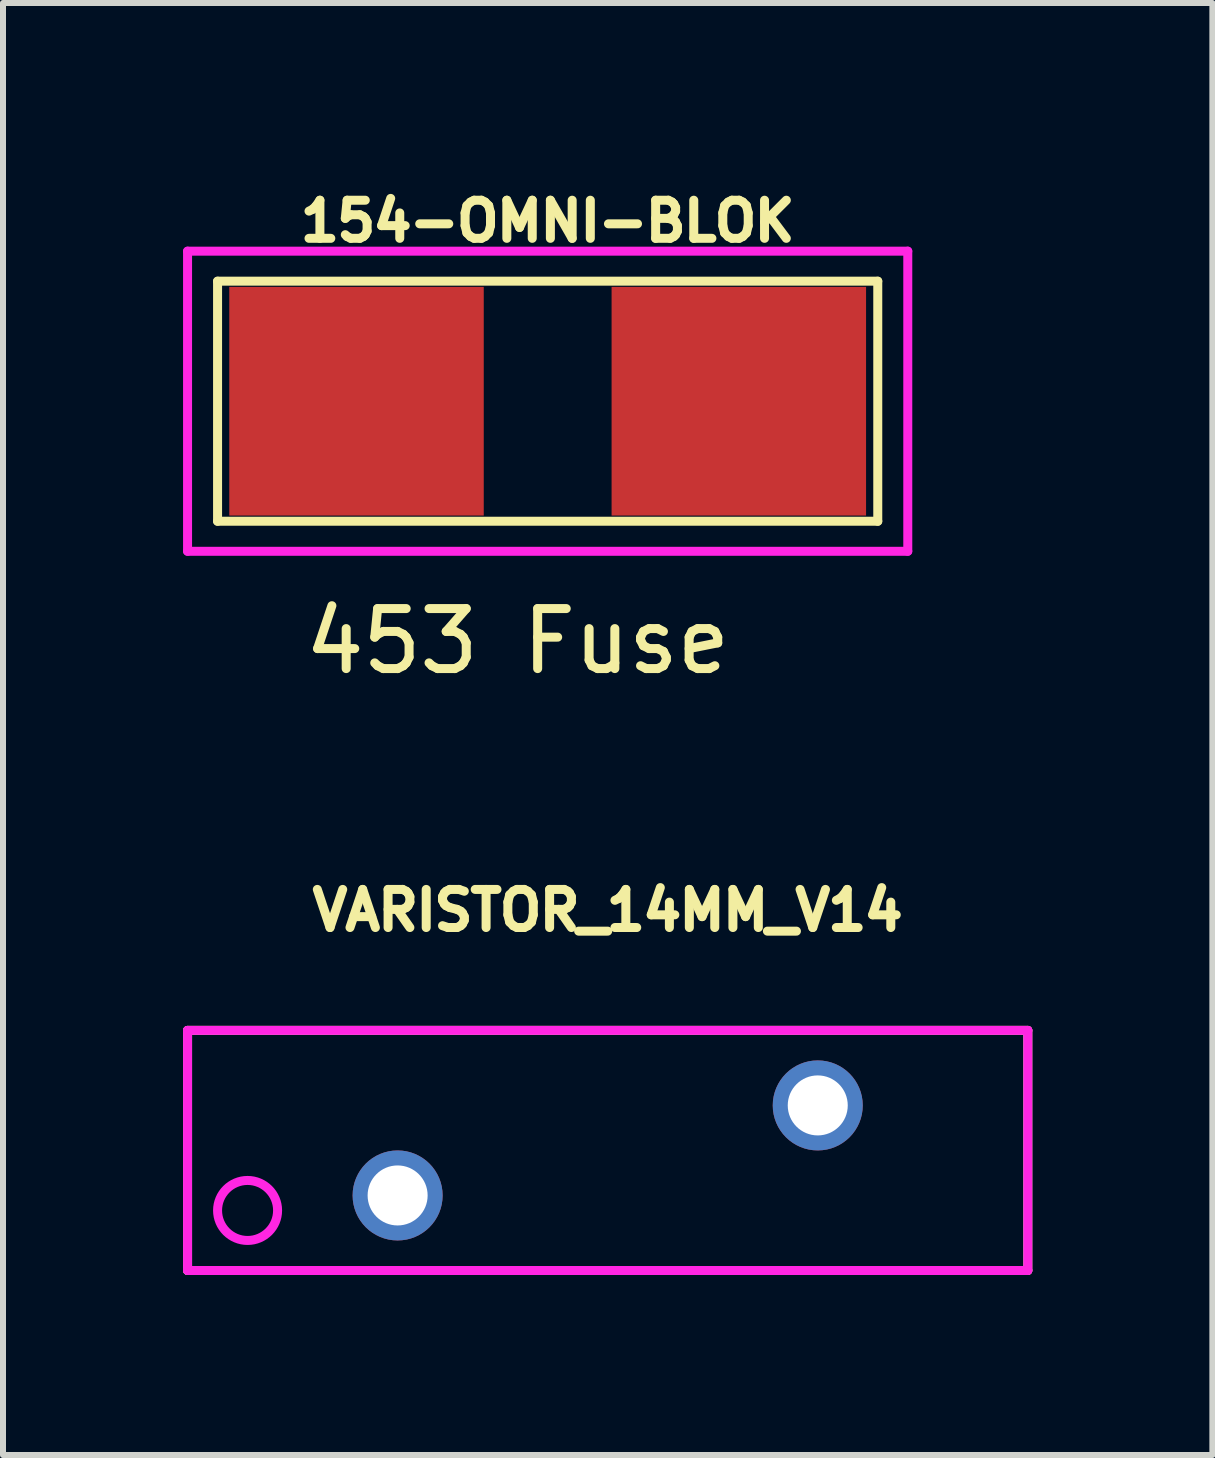
<source format=kicad_pcb>
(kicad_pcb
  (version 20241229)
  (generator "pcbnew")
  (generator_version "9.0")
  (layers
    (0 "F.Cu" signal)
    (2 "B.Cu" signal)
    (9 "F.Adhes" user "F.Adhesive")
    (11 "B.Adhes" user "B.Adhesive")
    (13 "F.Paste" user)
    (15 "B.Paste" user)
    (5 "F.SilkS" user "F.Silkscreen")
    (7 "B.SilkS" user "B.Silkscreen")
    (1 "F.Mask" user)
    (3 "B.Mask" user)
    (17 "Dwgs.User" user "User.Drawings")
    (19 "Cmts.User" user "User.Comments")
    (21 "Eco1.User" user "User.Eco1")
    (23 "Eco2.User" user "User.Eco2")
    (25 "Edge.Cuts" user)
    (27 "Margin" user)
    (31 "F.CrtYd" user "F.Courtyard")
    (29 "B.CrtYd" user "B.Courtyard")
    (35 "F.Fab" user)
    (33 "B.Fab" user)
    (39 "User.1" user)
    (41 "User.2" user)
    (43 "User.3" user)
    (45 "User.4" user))
  (footprint "VARISTOR_14MM_V14"
    (layer "F.Cu")
    (at 7.075 16.118)
    (property "Reference" "VARISTOR_14MM_V14" (at 0 -4 0) (layer "F.SilkS") (effects (font (size 0.635 0.635) (thickness 0.15))))
    (attr through_hole)
    (fp_line (start -7 -2) (end 7 -2) (stroke (width 0.15) (type solid)) (layer "F.SilkS"))
    (fp_line (start -7 2) (end -7 -2) (stroke (width 0.15) (type solid)) (layer "F.SilkS"))
    (fp_line (start 7 -2) (end 7 2) (stroke (width 0.15) (type solid)) (layer "F.SilkS"))
    (fp_line (start 7 2) (end -7 2) (stroke (width 0.15) (type solid)) (layer "F.SilkS"))
    (fp_line (start -7 -2) (end 7 -2) (stroke (width 0.15) (type solid)) (layer "F.CrtYd"))
    (fp_line (start -7 2) (end -7 -2) (stroke (width 0.15) (type solid)) (layer "F.CrtYd"))
    (fp_line (start 7 -2) (end 7 2) (stroke (width 0.15) (type solid)) (layer "F.CrtYd"))
    (fp_line (start 7 2) (end -7 2) (stroke (width 0.15) (type solid)) (layer "F.CrtYd"))
    (fp_circle (center -6 1) (end -5.5 1) (stroke (width 0.15) (type solid)) (fill no) (layer "F.CrtYd"))
    (pad "1" thru_hole circle (at -3.5 0.75) (size 1.5 1.5) (drill 1) (layers "*.Cu" "*.Mask"))
    (pad "2" thru_hole circle (at 3.5 -0.75) (size 1.5 1.5) (drill 1) (layers "*.Cu" "*.Mask")))
  (footprint "154-OMNI-BLOK"
    (layer "F.Cu")
    (at 6.075 3.635)
    (property "Reference" "154-OMNI-BLOK" (at 0 -3 0) (layer "F.SilkS") (effects (font (size 0.635 0.635) (thickness 0.15))))
    (attr through_hole)
    (fp_line (start -5.5 -2) (end 5.5 -2) (stroke (width 0.15) (type solid)) (layer "F.SilkS"))
    (fp_line (start -5.5 2) (end -5.5 -2) (stroke (width 0.15) (type solid)) (layer "F.SilkS"))
    (fp_line (start 5.5 -2) (end 5.5 2) (stroke (width 0.15) (type solid)) (layer "F.SilkS"))
    (fp_line (start 5.5 2) (end -5.5 2) (stroke (width 0.15) (type solid)) (layer "F.SilkS"))
    (fp_line (start -6 -2.5) (end 6 -2.5) (stroke (width 0.15) (type solid)) (layer "F.CrtYd"))
    (fp_line (start -6 2.5) (end -6 -2.5) (stroke (width 0.15) (type solid)) (layer "F.CrtYd"))
    (fp_line (start 6 -2.5) (end 6 2.5) (stroke (width 0.15) (type solid)) (layer "F.CrtYd"))
    (fp_line (start 6 2.5) (end -6 2.5) (stroke (width 0.15) (type solid)) (layer "F.CrtYd"))
    (fp_text user "453 Fuse" (at -0.5 4 0) (layer "F.SilkS") (effects (font (size 1 1) (thickness 0.15))))
    (pad "1" smd rect (at -3.185 0) (size 4.24 3.81) (layers "F.Cu" "F.Mask" "F.Paste"))
    (pad "2" smd rect (at 3.185 0) (size 4.24 3.81) (layers "F.Cu" "F.Mask" "F.Paste")))
  (gr_rect
    (start -3 -3)
    (end 17.15 21.193)
    (stroke (width 0.1) (type default))
    (fill no)
    (layer "Edge.Cuts")))
</source>
